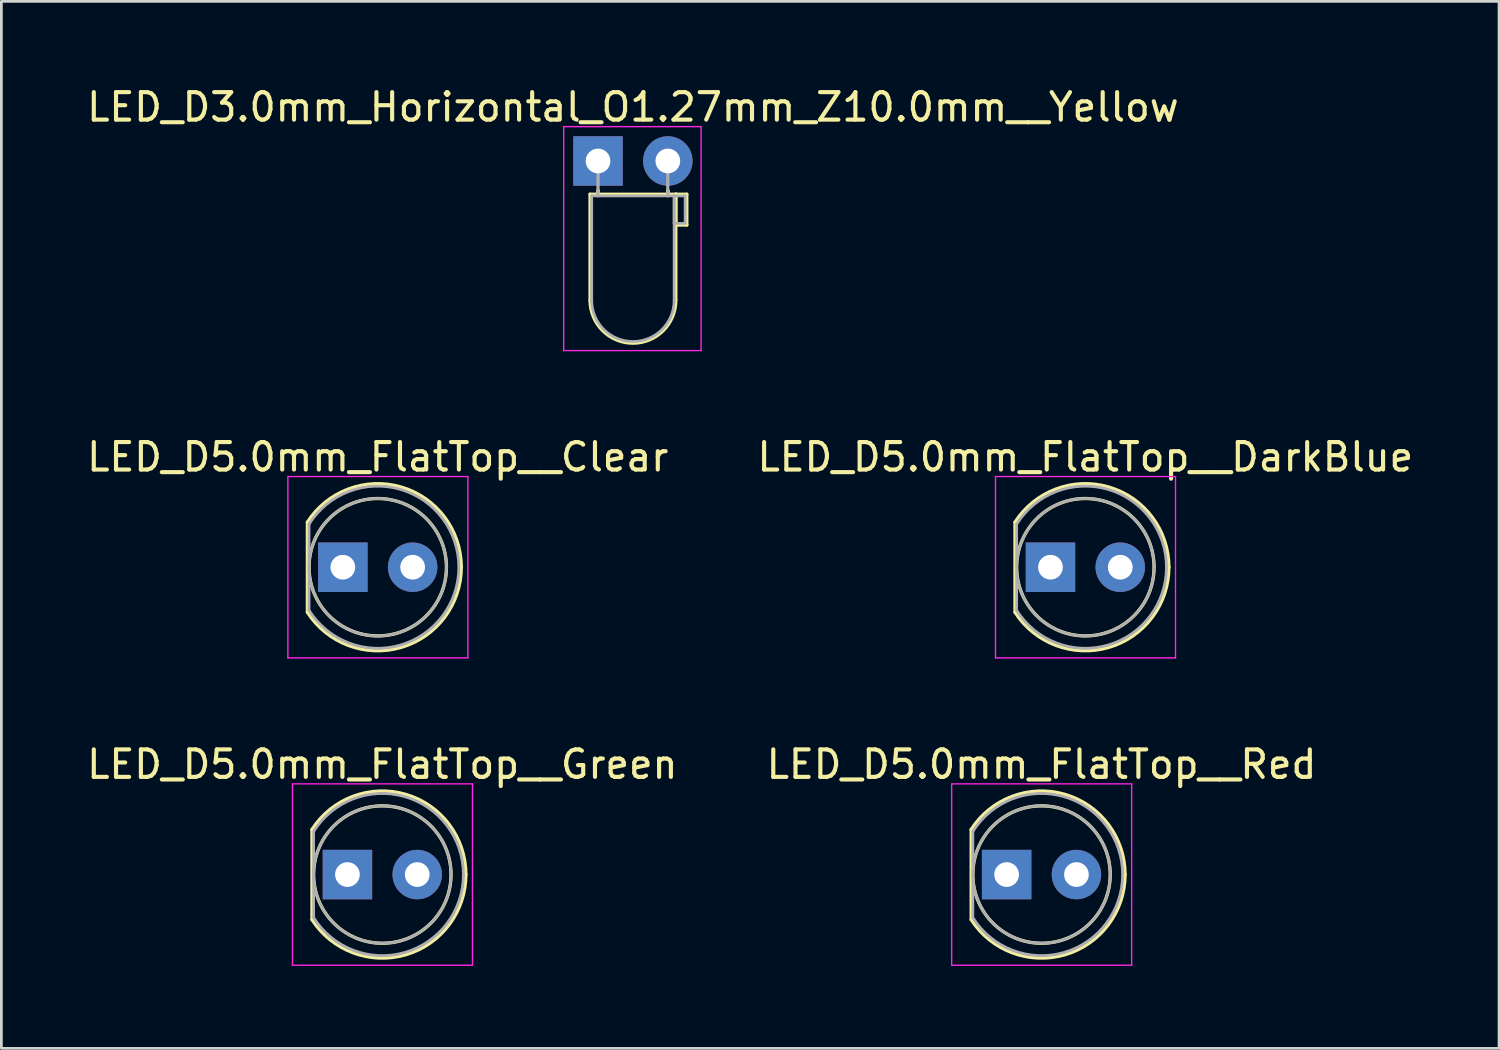
<source format=kicad_pcb>
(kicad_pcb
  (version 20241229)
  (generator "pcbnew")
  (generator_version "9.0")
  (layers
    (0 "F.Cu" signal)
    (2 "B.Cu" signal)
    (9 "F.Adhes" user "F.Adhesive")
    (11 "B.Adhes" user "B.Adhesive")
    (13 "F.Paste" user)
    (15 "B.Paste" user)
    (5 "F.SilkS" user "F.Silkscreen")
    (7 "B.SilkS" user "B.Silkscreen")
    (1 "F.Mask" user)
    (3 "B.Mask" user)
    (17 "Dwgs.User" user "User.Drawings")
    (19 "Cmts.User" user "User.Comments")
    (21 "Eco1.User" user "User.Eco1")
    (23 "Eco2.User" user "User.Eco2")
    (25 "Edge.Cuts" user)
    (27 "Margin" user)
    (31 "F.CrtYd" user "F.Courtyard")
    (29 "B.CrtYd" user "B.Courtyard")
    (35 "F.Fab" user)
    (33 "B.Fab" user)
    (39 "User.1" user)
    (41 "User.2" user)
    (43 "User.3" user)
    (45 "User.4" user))
  (footprint "LED_D5.0mm_FlatTop__Red"
    (layer "F.Cu")
    (at 33.581 28.775)
    (property "Reference" "LED_D5.0mm_FlatTop__Red" (at 1.27 -4.01 0) (layer "F.SilkS") (effects (font (size 1 1) (thickness 0.15))))
    (attr through_hole)
    (fp_line (start -1.29 -1.64) (end -1.29 1.64) (stroke (width 0.12) (type solid)) (layer "F.SilkS"))
    (fp_arc (start -1.29 -1.639512) (mid 2.125106 -2.917258) (end 4.309999 0.001958) (stroke (width 0.12) (type solid)) (layer "F.SilkS"))
    (fp_arc (start 4.309999 -0.001958) (mid 2.125106 2.917258) (end -1.29 1.639512) (stroke (width 0.12) (type solid)) (layer "F.SilkS"))
    (fp_circle (center 1.27 0) (end 3.77 0) (stroke (width 0.12) (type solid)) (fill no) (layer "F.SilkS"))
    (fp_line (start -2 -3.3) (end -2 3.3) (stroke (width 0.05) (type solid)) (layer "F.CrtYd"))
    (fp_line (start -2 3.3) (end 4.55 3.3) (stroke (width 0.05) (type solid)) (layer "F.CrtYd"))
    (fp_line (start 4.55 -3.3) (end -2 -3.3) (stroke (width 0.05) (type solid)) (layer "F.CrtYd"))
    (fp_line (start 4.55 3.3) (end 4.55 -3.3) (stroke (width 0.05) (type solid)) (layer "F.CrtYd"))
    (fp_line (start -1.23 -1.566) (end -1.23 1.566) (stroke (width 0.1) (type solid)) (layer "F.Fab"))
    (fp_arc (start -1.23 -1.566046) (mid 4.22 0.00071) (end -1.230753 1.564843) (stroke (width 0.1) (type solid)) (layer "F.Fab"))
    (fp_circle (center 1.27 0) (end 3.77 0) (stroke (width 0.1) (type solid)) (fill no) (layer "F.Fab"))
    (pad "1" thru_hole rect (at 0 0) (size 1.8 1.8) (drill 0.9) (layers "*.Cu" "*.Mask"))
    (pad "2" thru_hole circle (at 2.54 0) (size 1.8 1.8) (drill 0.9) (layers "*.Cu" "*.Mask")))
  (footprint "LED_D5.0mm_FlatTop__Green"
    (layer "F.Cu")
    (at 9.593 28.775)
    (property "Reference" "LED_D5.0mm_FlatTop__Green" (at 1.27 -4.01 0) (layer "F.SilkS") (effects (font (size 1 1) (thickness 0.15))))
    (attr through_hole)
    (fp_line (start -1.29 -1.64) (end -1.29 1.64) (stroke (width 0.12) (type solid)) (layer "F.SilkS"))
    (fp_arc (start -1.29 -1.639512) (mid 2.125106 -2.917258) (end 4.309999 0.001958) (stroke (width 0.12) (type solid)) (layer "F.SilkS"))
    (fp_arc (start 4.309999 -0.001958) (mid 2.125106 2.917258) (end -1.29 1.639512) (stroke (width 0.12) (type solid)) (layer "F.SilkS"))
    (fp_circle (center 1.27 0) (end 3.77 0) (stroke (width 0.12) (type solid)) (fill no) (layer "F.SilkS"))
    (fp_line (start -2 -3.3) (end -2 3.3) (stroke (width 0.05) (type solid)) (layer "F.CrtYd"))
    (fp_line (start -2 3.3) (end 4.55 3.3) (stroke (width 0.05) (type solid)) (layer "F.CrtYd"))
    (fp_line (start 4.55 -3.3) (end -2 -3.3) (stroke (width 0.05) (type solid)) (layer "F.CrtYd"))
    (fp_line (start 4.55 3.3) (end 4.55 -3.3) (stroke (width 0.05) (type solid)) (layer "F.CrtYd"))
    (fp_line (start -1.23 -1.566) (end -1.23 1.566) (stroke (width 0.1) (type solid)) (layer "F.Fab"))
    (fp_arc (start -1.23 -1.566046) (mid 4.22 0.00071) (end -1.230753 1.564843) (stroke (width 0.1) (type solid)) (layer "F.Fab"))
    (fp_circle (center 1.27 0) (end 3.77 0) (stroke (width 0.1) (type solid)) (fill no) (layer "F.Fab"))
    (pad "1" thru_hole rect (at 0 0) (size 1.8 1.8) (drill 0.9) (layers "*.Cu" "*.Mask"))
    (pad "2" thru_hole circle (at 2.54 0) (size 1.8 1.8) (drill 0.9) (layers "*.Cu" "*.Mask")))
  (footprint "LED_D3.0mm_Horizontal_O1.27mm_Z10.0mm__Yellow"
    (layer "F.Cu")
    (at 18.712 2.808)
    (property "Reference" "LED_D3.0mm_Horizontal_O1.27mm_Z10.0mm__Yellow" (at 1.27 -1.96 0) (layer "F.SilkS") (effects (font (size 1 1) (thickness 0.15))))
    (attr through_hole)
    (fp_line (start -0.29 1.21) (end -0.29 5.07) (stroke (width 0.12) (type solid)) (layer "F.SilkS"))
    (fp_line (start -0.29 1.21) (end 2.83 1.21) (stroke (width 0.12) (type solid)) (layer "F.SilkS"))
    (fp_line (start 0 1.08) (end 0 1.08) (stroke (width 0.12) (type solid)) (layer "F.SilkS"))
    (fp_line (start 0 1.08) (end 0 1.21) (stroke (width 0.12) (type solid)) (layer "F.SilkS"))
    (fp_line (start 0 1.21) (end 0 1.08) (stroke (width 0.12) (type solid)) (layer "F.SilkS"))
    (fp_line (start 0 1.21) (end 0 1.21) (stroke (width 0.12) (type solid)) (layer "F.SilkS"))
    (fp_line (start 2.54 1.08) (end 2.54 1.08) (stroke (width 0.12) (type solid)) (layer "F.SilkS"))
    (fp_line (start 2.54 1.08) (end 2.54 1.21) (stroke (width 0.12) (type solid)) (layer "F.SilkS"))
    (fp_line (start 2.54 1.21) (end 2.54 1.08) (stroke (width 0.12) (type solid)) (layer "F.SilkS"))
    (fp_line (start 2.54 1.21) (end 2.54 1.21) (stroke (width 0.12) (type solid)) (layer "F.SilkS"))
    (fp_line (start 2.83 1.21) (end 2.83 5.07) (stroke (width 0.12) (type solid)) (layer "F.SilkS"))
    (fp_line (start 2.83 1.21) (end 3.23 1.21) (stroke (width 0.12) (type solid)) (layer "F.SilkS"))
    (fp_line (start 2.83 2.33) (end 2.83 1.21) (stroke (width 0.12) (type solid)) (layer "F.SilkS"))
    (fp_line (start 3.23 1.21) (end 3.23 2.33) (stroke (width 0.12) (type solid)) (layer "F.SilkS"))
    (fp_line (start 3.23 2.33) (end 2.83 2.33) (stroke (width 0.12) (type solid)) (layer "F.SilkS"))
    (fp_arc (start 2.83 5.07) (mid 1.27 6.63) (end -0.29 5.07) (stroke (width 0.12) (type solid)) (layer "F.SilkS"))
    (fp_line (start -1.25 -1.25) (end -1.25 6.9) (stroke (width 0.05) (type solid)) (layer "F.CrtYd"))
    (fp_line (start -1.25 6.9) (end 3.75 6.9) (stroke (width 0.05) (type solid)) (layer "F.CrtYd"))
    (fp_line (start 3.75 -1.25) (end -1.25 -1.25) (stroke (width 0.05) (type solid)) (layer "F.CrtYd"))
    (fp_line (start 3.75 6.9) (end 3.75 -1.25) (stroke (width 0.05) (type solid)) (layer "F.CrtYd"))
    (fp_line (start -0.23 1.27) (end -0.23 5.07) (stroke (width 0.1) (type solid)) (layer "F.Fab"))
    (fp_line (start -0.23 1.27) (end 2.77 1.27) (stroke (width 0.1) (type solid)) (layer "F.Fab"))
    (fp_line (start 0 0) (end 0 0) (stroke (width 0.1) (type solid)) (layer "F.Fab"))
    (fp_line (start 0 0) (end 0 1.27) (stroke (width 0.1) (type solid)) (layer "F.Fab"))
    (fp_line (start 0 1.27) (end 0 0) (stroke (width 0.1) (type solid)) (layer "F.Fab"))
    (fp_line (start 0 1.27) (end 0 1.27) (stroke (width 0.1) (type solid)) (layer "F.Fab"))
    (fp_line (start 2.54 0) (end 2.54 0) (stroke (width 0.1) (type solid)) (layer "F.Fab"))
    (fp_line (start 2.54 0) (end 2.54 1.27) (stroke (width 0.1) (type solid)) (layer "F.Fab"))
    (fp_line (start 2.54 1.27) (end 2.54 0) (stroke (width 0.1) (type solid)) (layer "F.Fab"))
    (fp_line (start 2.54 1.27) (end 2.54 1.27) (stroke (width 0.1) (type solid)) (layer "F.Fab"))
    (fp_line (start 2.77 1.27) (end 2.77 5.07) (stroke (width 0.1) (type solid)) (layer "F.Fab"))
    (fp_line (start 2.77 1.27) (end 3.17 1.27) (stroke (width 0.1) (type solid)) (layer "F.Fab"))
    (fp_line (start 2.77 2.27) (end 2.77 1.27) (stroke (width 0.1) (type solid)) (layer "F.Fab"))
    (fp_line (start 3.17 1.27) (end 3.17 2.27) (stroke (width 0.1) (type solid)) (layer "F.Fab"))
    (fp_line (start 3.17 2.27) (end 2.77 2.27) (stroke (width 0.1) (type solid)) (layer "F.Fab"))
    (fp_arc (start 2.77 5.07) (mid 1.27 6.57) (end -0.23 5.07) (stroke (width 0.1) (type solid)) (layer "F.Fab"))
    (pad "1" thru_hole rect (at 0 0) (size 1.8 1.8) (drill 0.9) (layers "*.Cu" "*.Mask"))
    (pad "2" thru_hole circle (at 2.54 0) (size 1.8 1.8) (drill 0.9) (layers "*.Cu" "*.Mask")))
  (footprint "LED_D5.0mm_FlatTop__Clear"
    (layer "F.Cu")
    (at 9.426 17.591)
    (property "Reference" "LED_D5.0mm_FlatTop__Clear" (at 1.27 -4.01 0) (layer "F.SilkS") (effects (font (size 1 1) (thickness 0.15))))
    (attr through_hole)
    (fp_line (start -1.29 -1.64) (end -1.29 1.64) (stroke (width 0.12) (type solid)) (layer "F.SilkS"))
    (fp_arc (start -1.29 -1.639512) (mid 2.125106 -2.917258) (end 4.309999 0.001958) (stroke (width 0.12) (type solid)) (layer "F.SilkS"))
    (fp_arc (start 4.309999 -0.001958) (mid 2.125106 2.917258) (end -1.29 1.639512) (stroke (width 0.12) (type solid)) (layer "F.SilkS"))
    (fp_circle (center 1.27 0) (end 3.77 0) (stroke (width 0.12) (type solid)) (fill no) (layer "F.SilkS"))
    (fp_line (start -2 -3.3) (end -2 3.3) (stroke (width 0.05) (type solid)) (layer "F.CrtYd"))
    (fp_line (start -2 3.3) (end 4.55 3.3) (stroke (width 0.05) (type solid)) (layer "F.CrtYd"))
    (fp_line (start 4.55 -3.3) (end -2 -3.3) (stroke (width 0.05) (type solid)) (layer "F.CrtYd"))
    (fp_line (start 4.55 3.3) (end 4.55 -3.3) (stroke (width 0.05) (type solid)) (layer "F.CrtYd"))
    (fp_line (start -1.23 -1.566) (end -1.23 1.566) (stroke (width 0.1) (type solid)) (layer "F.Fab"))
    (fp_arc (start -1.23 -1.566046) (mid 4.22 0.00071) (end -1.230753 1.564843) (stroke (width 0.1) (type solid)) (layer "F.Fab"))
    (fp_circle (center 1.27 0) (end 3.77 0) (stroke (width 0.1) (type solid)) (fill no) (layer "F.Fab"))
    (pad "1" thru_hole rect (at 0 0) (size 1.8 1.8) (drill 0.9) (layers "*.Cu" "*.Mask"))
    (pad "2" thru_hole circle (at 2.54 0) (size 1.8 1.8) (drill 0.9) (layers "*.Cu" "*.Mask")))
  (footprint "LED_D5.0mm_FlatTop__DarkBlue"
    (layer "F.Cu")
    (at 35.176 17.591)
    (property "Reference" "LED_D5.0mm_FlatTop__DarkBlue" (at 1.27 -4.01 0) (layer "F.SilkS") (effects (font (size 1 1) (thickness 0.15))))
    (attr through_hole)
    (fp_line (start -1.29 -1.64) (end -1.29 1.64) (stroke (width 0.12) (type solid)) (layer "F.SilkS"))
    (fp_arc (start -1.29 -1.639512) (mid 2.125106 -2.917258) (end 4.309999 0.001958) (stroke (width 0.12) (type solid)) (layer "F.SilkS"))
    (fp_arc (start 4.309999 -0.001958) (mid 2.125106 2.917258) (end -1.29 1.639512) (stroke (width 0.12) (type solid)) (layer "F.SilkS"))
    (fp_circle (center 1.27 0) (end 3.77 0) (stroke (width 0.12) (type solid)) (fill no) (layer "F.SilkS"))
    (fp_line (start -2 -3.3) (end -2 3.3) (stroke (width 0.05) (type solid)) (layer "F.CrtYd"))
    (fp_line (start -2 3.3) (end 4.55 3.3) (stroke (width 0.05) (type solid)) (layer "F.CrtYd"))
    (fp_line (start 4.55 -3.3) (end -2 -3.3) (stroke (width 0.05) (type solid)) (layer "F.CrtYd"))
    (fp_line (start 4.55 3.3) (end 4.55 -3.3) (stroke (width 0.05) (type solid)) (layer "F.CrtYd"))
    (fp_line (start -1.23 -1.566) (end -1.23 1.566) (stroke (width 0.1) (type solid)) (layer "F.Fab"))
    (fp_arc (start -1.23 -1.566046) (mid 4.22 0.00071) (end -1.230753 1.564843) (stroke (width 0.1) (type solid)) (layer "F.Fab"))
    (fp_circle (center 1.27 0) (end 3.77 0) (stroke (width 0.1) (type solid)) (fill no) (layer "F.Fab"))
    (pad "1" thru_hole rect (at 0 0) (size 1.8 1.8) (drill 0.9) (layers "*.Cu" "*.Mask"))
    (pad "2" thru_hole circle (at 2.54 0) (size 1.8 1.8) (drill 0.9) (layers "*.Cu" "*.Mask")))
  (gr_rect
    (start -3 -3)
    (end 51.5 35.1)
    (stroke (width 0.1) (type default))
    (fill no)
    (layer "Edge.Cuts")))
</source>
